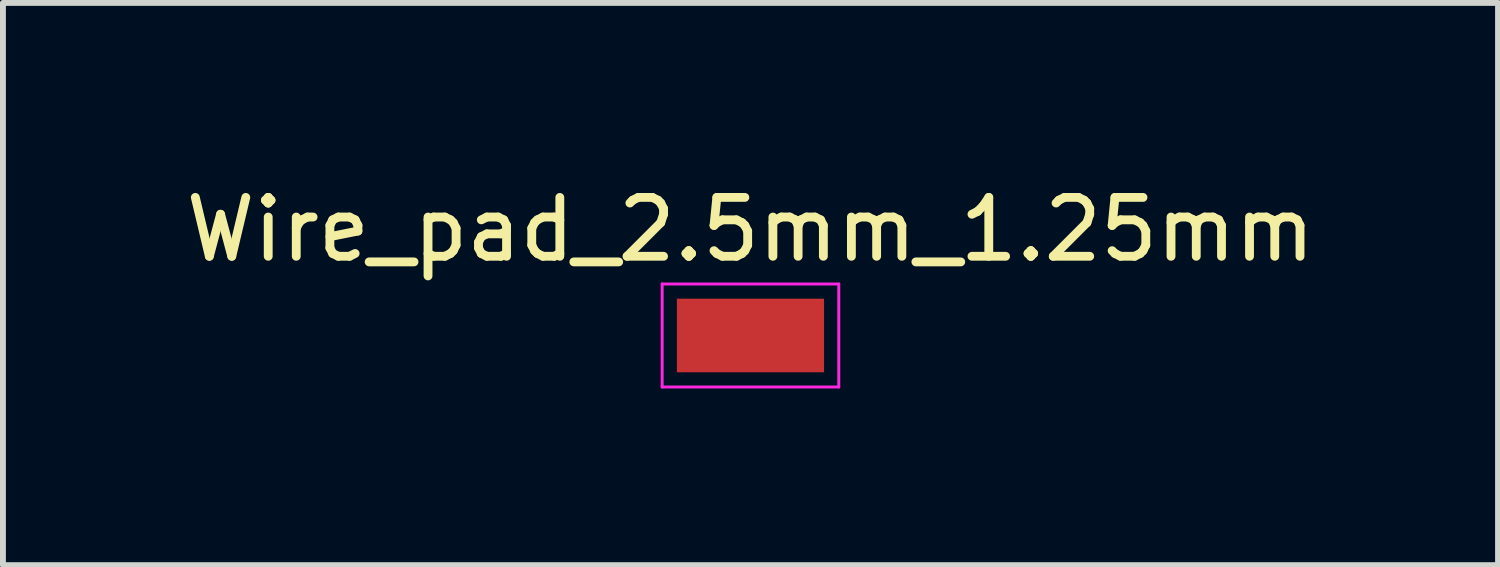
<source format=kicad_pcb>
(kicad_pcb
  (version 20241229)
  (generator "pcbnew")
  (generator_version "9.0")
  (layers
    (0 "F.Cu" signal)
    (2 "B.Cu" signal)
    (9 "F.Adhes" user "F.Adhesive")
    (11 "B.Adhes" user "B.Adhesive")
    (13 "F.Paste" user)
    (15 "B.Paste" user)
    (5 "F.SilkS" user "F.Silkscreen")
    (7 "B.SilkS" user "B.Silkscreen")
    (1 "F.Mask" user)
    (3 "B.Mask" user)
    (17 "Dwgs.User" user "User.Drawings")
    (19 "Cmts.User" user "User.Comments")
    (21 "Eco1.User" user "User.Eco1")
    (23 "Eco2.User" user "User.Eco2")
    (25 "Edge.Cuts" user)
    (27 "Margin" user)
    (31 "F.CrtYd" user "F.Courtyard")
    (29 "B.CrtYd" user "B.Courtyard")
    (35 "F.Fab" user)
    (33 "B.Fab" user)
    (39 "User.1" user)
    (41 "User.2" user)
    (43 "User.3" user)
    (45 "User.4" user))
  (footprint "Wire_pad_2.5mm_1.25mm"
    (layer "F.Cu")
    (at 9.696 2.648)
    (property "Reference" "Wire_pad_2.5mm_1.25mm" (at 0 -1.8 0) (layer "F.SilkS") (effects (font (size 1 1) (thickness 0.15))))
    (attr exclude_from_pos_files exclude_from_bom)
    (fp_line (start -1.5 -0.875) (end 1.5 -0.875) (stroke (width 0.05) (type solid)) (layer "F.CrtYd"))
    (fp_line (start -1.5 0.875) (end -1.5 -0.875) (stroke (width 0.05) (type solid)) (layer "F.CrtYd"))
    (fp_line (start -1.5 0.875) (end 1.5 0.875) (stroke (width 0.05) (type solid)) (layer "F.CrtYd"))
    (fp_line (start 1.5 -0.875) (end 1.5 0.875) (stroke (width 0.05) (type solid)) (layer "F.CrtYd"))
    (pad "1" smd rect (at 0 0) (size 2.5 1.25) (layers "F.Cu" "F.Mask")))
  (gr_rect
    (start -3 -3)
    (end 22.393 6.548)
    (stroke (width 0.1) (type default))
    (fill no)
    (layer "Edge.Cuts")))
</source>
